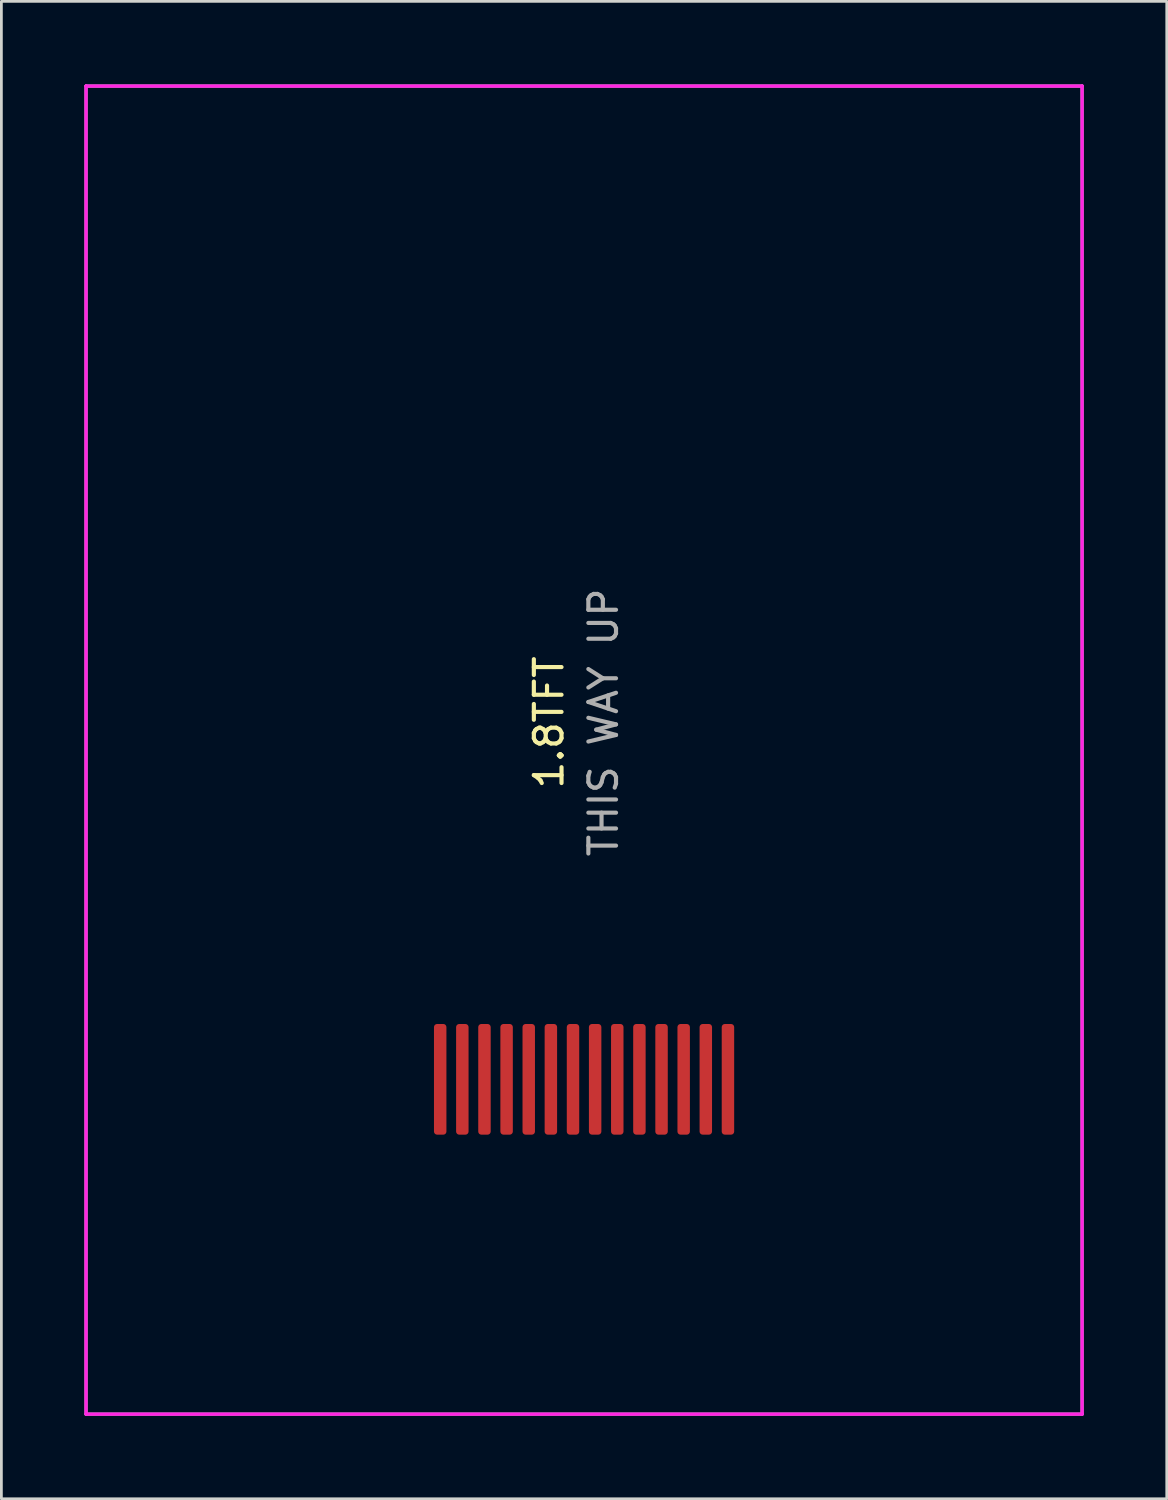
<source format=kicad_pcb>
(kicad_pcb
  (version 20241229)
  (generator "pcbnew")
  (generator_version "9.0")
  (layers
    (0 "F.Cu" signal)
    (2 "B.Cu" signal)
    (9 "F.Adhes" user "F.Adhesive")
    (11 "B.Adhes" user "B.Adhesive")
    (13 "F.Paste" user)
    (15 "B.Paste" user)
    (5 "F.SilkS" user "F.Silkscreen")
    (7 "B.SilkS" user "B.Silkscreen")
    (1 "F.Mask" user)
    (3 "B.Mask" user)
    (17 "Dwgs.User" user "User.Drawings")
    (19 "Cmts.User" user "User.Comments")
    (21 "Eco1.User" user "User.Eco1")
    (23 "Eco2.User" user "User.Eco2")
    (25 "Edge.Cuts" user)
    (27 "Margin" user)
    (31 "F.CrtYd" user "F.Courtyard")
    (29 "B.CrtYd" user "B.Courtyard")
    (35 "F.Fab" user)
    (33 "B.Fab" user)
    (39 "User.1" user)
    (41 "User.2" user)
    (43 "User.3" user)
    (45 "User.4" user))
  (footprint "1.8TFT"
    (layer "F.Cu")
    (at 18.06 23.06)
    (property "Reference" "1.8TFT" (at -1.27 0 90) (layer "F.SilkS") (effects (font (size 1 1) (thickness 0.15))))
    (attr through_hole)
    (fp_line (start -18 -23) (end -18 25) (stroke (width 0.12) (type solid)) (layer "F.CrtYd"))
    (fp_line (start -18 25) (end 18 25) (stroke (width 0.12) (type solid)) (layer "F.CrtYd"))
    (fp_line (start 18 -23) (end -18 -23) (stroke (width 0.12) (type solid)) (layer "F.CrtYd"))
    (fp_line (start 18 25) (end 18 -23) (stroke (width 0.12) (type solid)) (layer "F.CrtYd"))
    (fp_line (start -18 -23) (end -18 25) (stroke (width 0.12) (type solid)) (layer "F.Fab"))
    (fp_line (start -18 25) (end 18 25) (stroke (width 0.12) (type solid)) (layer "F.Fab"))
    (fp_line (start 18 -23) (end -18 -23) (stroke (width 0.12) (type solid)) (layer "F.Fab"))
    (fp_line (start 18 25) (end 18 -23) (stroke (width 0.12) (type solid)) (layer "F.Fab"))
    (fp_text user "THIS WAY UP" (at 0.7 0 90) (unlocked yes) (layer "F.Fab") (effects (font (size 1 1) (thickness 0.15))))
    (pad "1" smd roundrect (at 5.2 12.9) (size 0.45 4) (layers "F.Cu" "F.Mask" "F.Paste") (roundrect_rratio 0.25))
    (pad "2" smd roundrect (at 4.4 12.9) (size 0.45 4) (layers "F.Cu" "F.Mask" "F.Paste") (roundrect_rratio 0.25))
    (pad "3" smd roundrect (at 3.6 12.9) (size 0.45 4) (layers "F.Cu" "F.Mask" "F.Paste") (roundrect_rratio 0.25))
    (pad "4" smd roundrect (at 2.8 12.9) (size 0.45 4) (layers "F.Cu" "F.Mask" "F.Paste") (roundrect_rratio 0.25))
    (pad "5" smd roundrect (at 2 12.9) (size 0.45 4) (layers "F.Cu" "F.Mask" "F.Paste") (roundrect_rratio 0.25))
    (pad "6" smd roundrect (at 1.2 12.9) (size 0.45 4) (layers "F.Cu" "F.Mask" "F.Paste") (roundrect_rratio 0.25))
    (pad "7" smd roundrect (at 0.4 12.9) (size 0.45 4) (layers "F.Cu" "F.Mask" "F.Paste") (roundrect_rratio 0.25))
    (pad "8" smd roundrect (at -0.4 12.9) (size 0.45 4) (layers "F.Cu" "F.Mask" "F.Paste") (roundrect_rratio 0.25))
    (pad "9" smd roundrect (at -1.2 12.9) (size 0.45 4) (layers "F.Cu" "F.Mask" "F.Paste") (roundrect_rratio 0.25))
    (pad "10" smd roundrect (at -2 12.9) (size 0.45 4) (layers "F.Cu" "F.Mask" "F.Paste") (roundrect_rratio 0.25))
    (pad "11" smd roundrect (at -2.8 12.9) (size 0.45 4) (layers "F.Cu" "F.Mask" "F.Paste") (roundrect_rratio 0.25))
    (pad "12" smd roundrect (at -3.6 12.9) (size 0.45 4) (layers "F.Cu" "F.Mask" "F.Paste") (roundrect_rratio 0.25))
    (pad "13" smd roundrect (at -4.4 12.9) (size 0.45 4) (layers "F.Cu" "F.Mask" "F.Paste") (roundrect_rratio 0.25))
    (pad "14" smd roundrect (at -5.2 12.9) (size 0.45 4) (layers "F.Cu" "F.Mask" "F.Paste") (roundrect_rratio 0.25)))
  (gr_rect
    (start -3 -3)
    (end 39.12 51.12)
    (stroke (width 0.1) (type default))
    (fill no)
    (layer "Edge.Cuts")))
</source>
